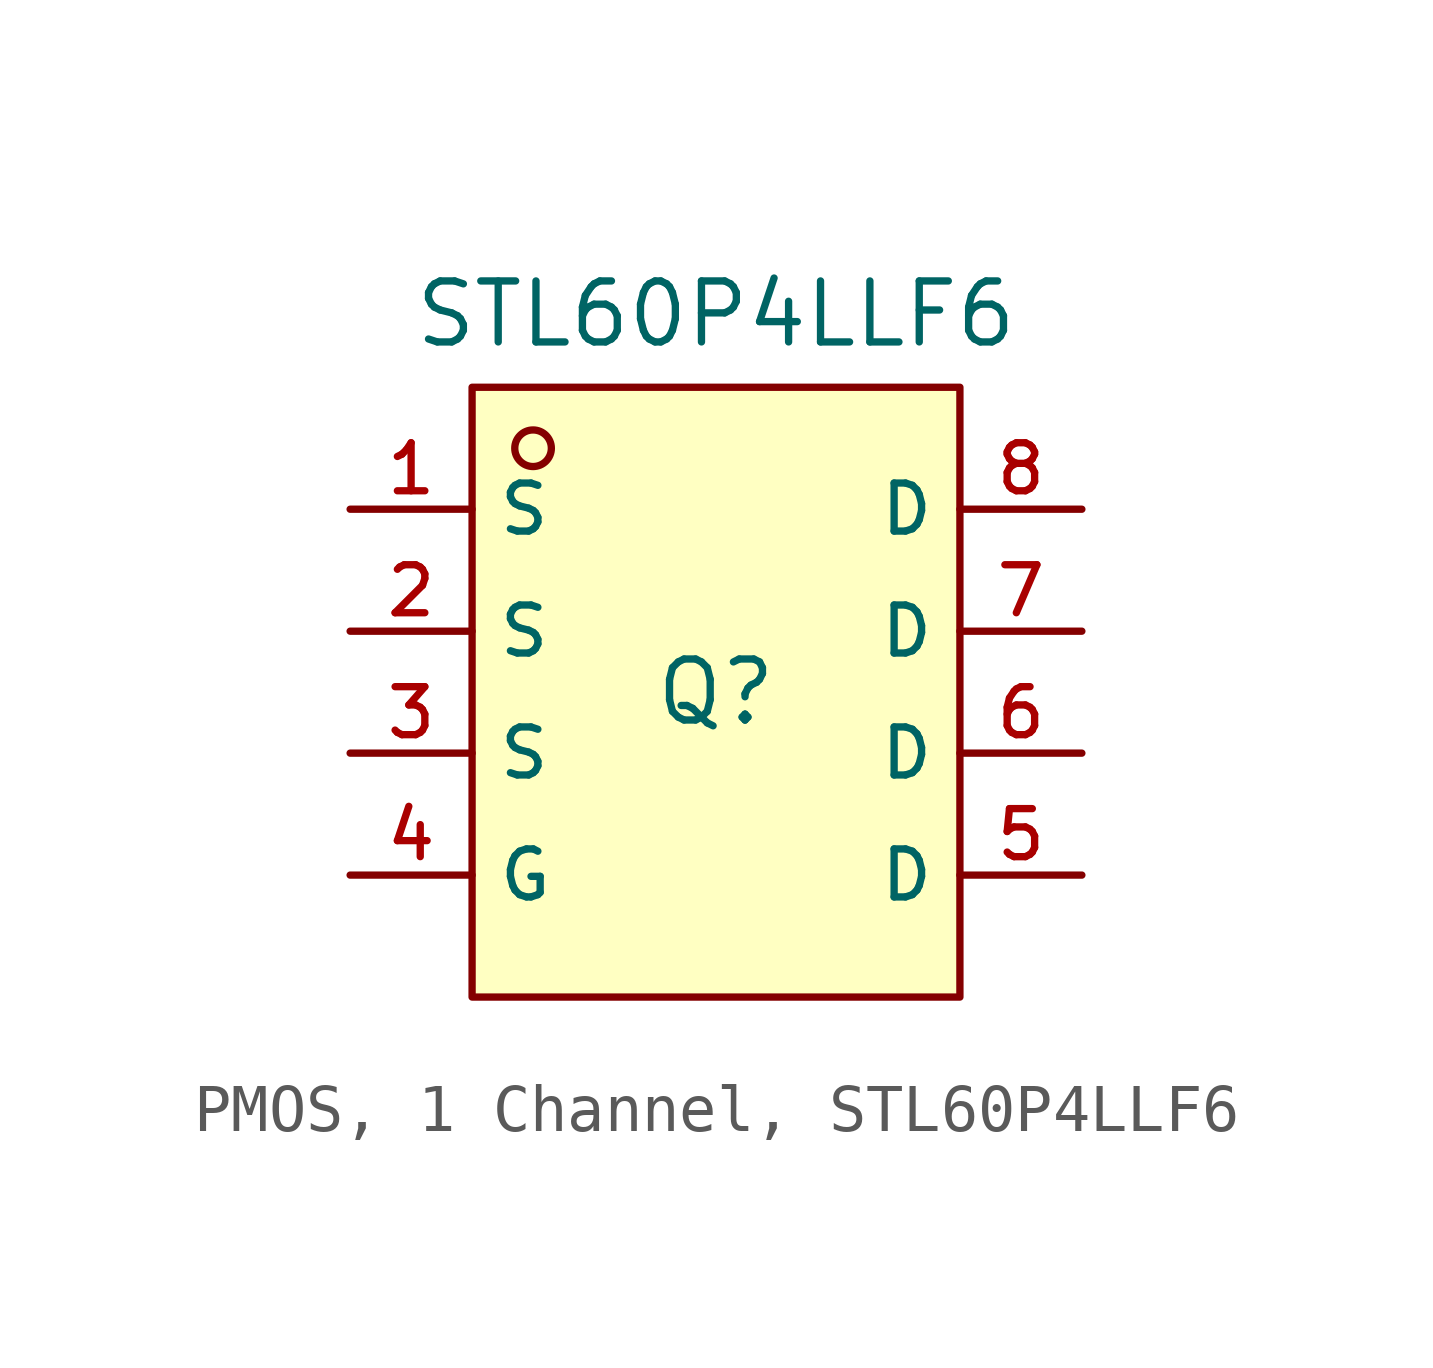
<source format=kicad_sym>
(kicad_symbol_lib
  (version 20231120)
  (generator "CDFER_Archive_Tool")
  (generator_version "0.0")
  (symbol "PMOS, 1 Channel, STL60P4LLF6"
    (property "Reference" "Q"
      (at 0 1.27 0)
      (effects (font (size 1.27 1.27))))
    (property "Value" "STL60P4LLF6"
      (at 0 9.144 0)
      (effects (font (size 1.27 1.27))))
    (symbol "PMOS, 1 Channel, STL60P4LLF6_0_1"
      (rectangle (start -5.08 7.62) (end 5.08 -5.08) (stroke (width 0) (type default)) (fill (type background)))
      (circle (center -3.81 6.35) (radius 0.381) (stroke (width 0) (type default)) (fill (type background)))
      (pin unspecified line (at -7.62 5.08 0) (length 2.54) (name "S" (effects (font (size 1 1)))) (number "1" (effects (font (size 1 1)))))
      (pin unspecified line (at -7.62 2.54 0) (length 2.54) (name "S" (effects (font (size 1 1)))) (number "2" (effects (font (size 1 1)))))
      (pin unspecified line (at -7.62 0 0) (length 2.54) (name "S" (effects (font (size 1 1)))) (number "3" (effects (font (size 1 1)))))
      (pin unspecified line (at -7.62 -2.54 0) (length 2.54) (name "G" (effects (font (size 1 1)))) (number "4" (effects (font (size 1 1)))))
      (pin unspecified line (at 7.62 -2.54 180) (length 2.54) (name "D" (effects (font (size 1 1)))) (number "5" (effects (font (size 1 1)))))
      (pin unspecified line (at 7.62 0 180) (length 2.54) (name "D" (effects (font (size 1 1)))) (number "6" (effects (font (size 1 1)))))
      (pin unspecified line (at 7.62 2.54 180) (length 2.54) (name "D" (effects (font (size 1 1)))) (number "7" (effects (font (size 1 1)))))
      (pin unspecified line (at 7.62 5.08 180) (length 2.54) (name "D" (effects (font (size 1 1)))) (number "8" (effects (font (size 1 1))))))))
</source>
